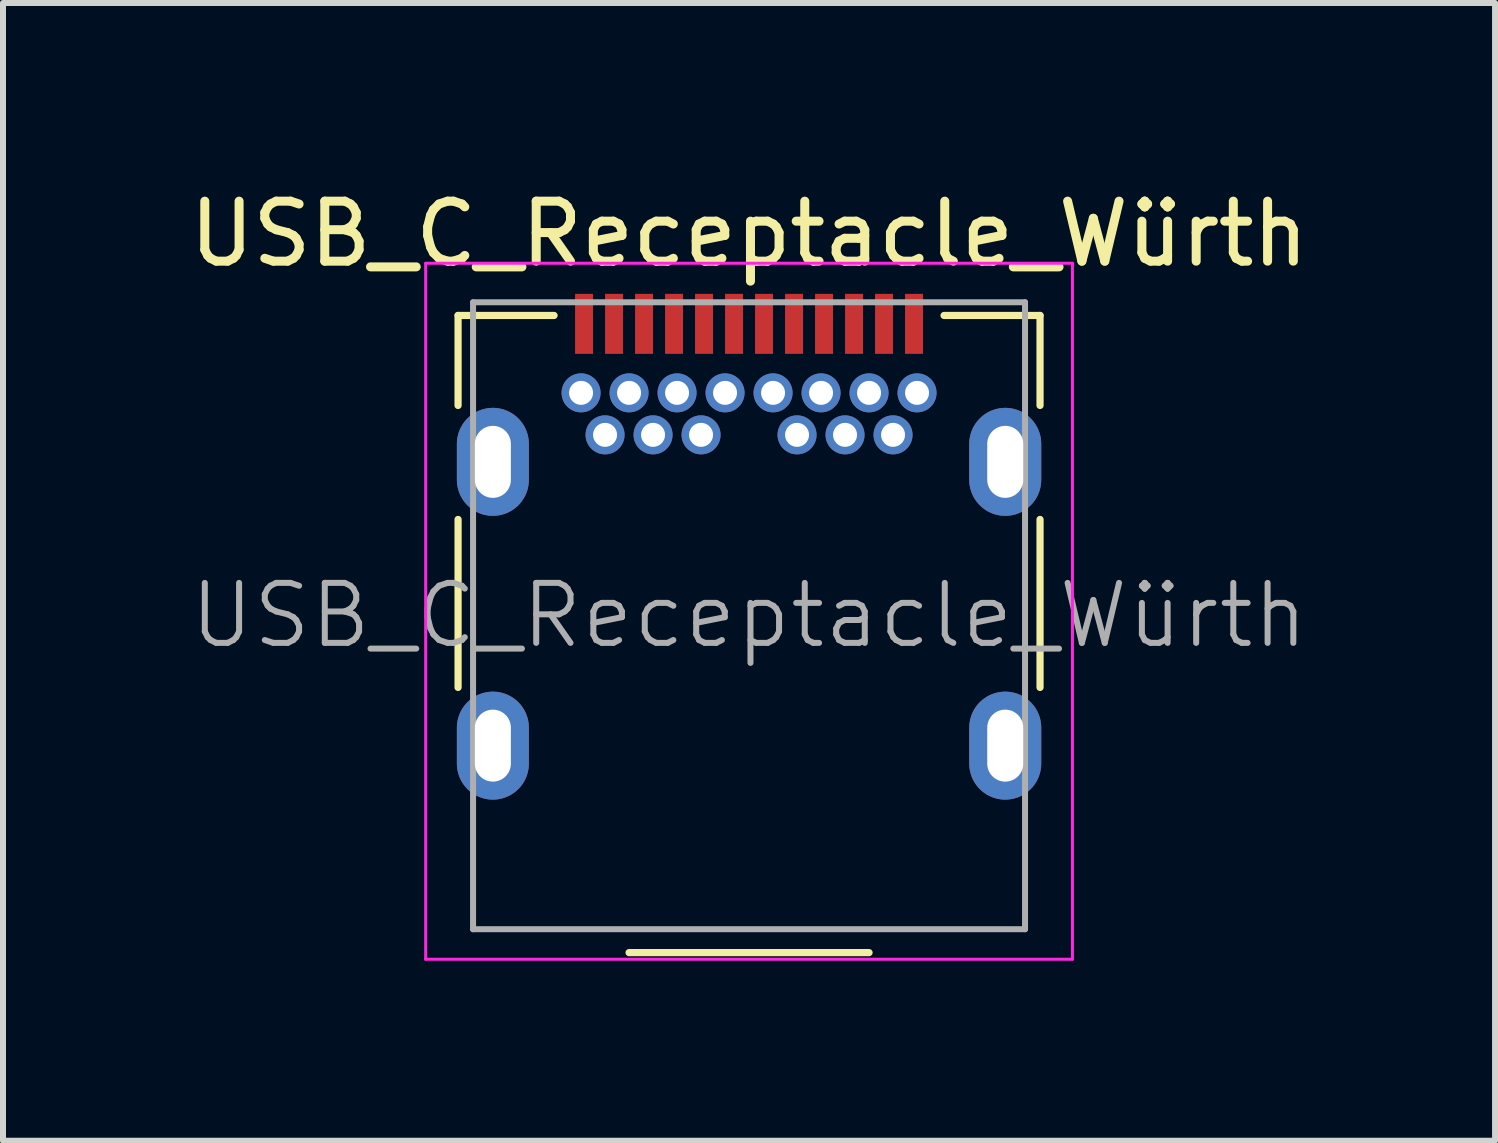
<source format=kicad_pcb>
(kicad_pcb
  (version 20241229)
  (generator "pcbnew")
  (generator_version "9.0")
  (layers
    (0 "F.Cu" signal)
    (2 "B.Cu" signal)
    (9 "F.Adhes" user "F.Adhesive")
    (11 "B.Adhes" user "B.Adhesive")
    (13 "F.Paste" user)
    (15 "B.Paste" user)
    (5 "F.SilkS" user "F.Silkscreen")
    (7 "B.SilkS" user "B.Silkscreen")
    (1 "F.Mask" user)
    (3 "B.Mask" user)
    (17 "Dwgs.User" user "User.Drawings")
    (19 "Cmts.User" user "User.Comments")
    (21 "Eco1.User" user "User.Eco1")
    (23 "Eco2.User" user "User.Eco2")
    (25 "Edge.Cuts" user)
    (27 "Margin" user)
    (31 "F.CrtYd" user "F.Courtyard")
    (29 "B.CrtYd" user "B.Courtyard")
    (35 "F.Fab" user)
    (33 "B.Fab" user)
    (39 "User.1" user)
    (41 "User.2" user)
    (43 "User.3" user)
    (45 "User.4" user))
  (footprint "USB_C_Receptacle_Würth"
    (layer "F.Cu")
    (at 9.435 7.208)
    (property "Reference" "USB_C_Receptacle_Würth" (at 0 -6.36 0) (layer "F.SilkS") (effects (font (size 1 1) (thickness 0.15))))
    (attr smd)
    (fp_line (start -4.85 -5) (end -4.85 -3.5) (stroke (width 0.12) (type solid)) (layer "F.SilkS"))
    (fp_line (start -4.85 -5) (end -3.25 -5) (stroke (width 0.12) (type solid)) (layer "F.SilkS"))
    (fp_line (start -4.85 -1.6) (end -4.85 1.2) (stroke (width 0.12) (type solid)) (layer "F.SilkS"))
    (fp_line (start -2 5.62) (end 2 5.62) (stroke (width 0.12) (type solid)) (layer "F.SilkS"))
    (fp_line (start 3.25 -5) (end 4.85 -5) (stroke (width 0.12) (type solid)) (layer "F.SilkS"))
    (fp_line (start 4.85 -5) (end 4.85 -3.5) (stroke (width 0.12) (type solid)) (layer "F.SilkS"))
    (fp_line (start 4.85 -1.6) (end 4.85 1.2) (stroke (width 0.12) (type solid)) (layer "F.SilkS"))
    (fp_line (start -5.39 -5.87) (end 5.39 -5.87) (stroke (width 0.05) (type solid)) (layer "F.CrtYd"))
    (fp_line (start -5.39 5.73) (end -5.39 -5.87) (stroke (width 0.05) (type solid)) (layer "F.CrtYd"))
    (fp_line (start 5.39 -5.87) (end 5.39 5.73) (stroke (width 0.05) (type solid)) (layer "F.CrtYd"))
    (fp_line (start 5.39 5.73) (end -5.39 5.73) (stroke (width 0.05) (type solid)) (layer "F.CrtYd"))
    (fp_line (start -4.6 -5.22) (end 4.6 -5.22) (stroke (width 0.1) (type solid)) (layer "F.Fab"))
    (fp_line (start -4.6 5.23) (end -4.6 -5.22) (stroke (width 0.1) (type solid)) (layer "F.Fab"))
    (fp_line (start -4.6 5.23) (end 4.6 5.23) (stroke (width 0.1) (type solid)) (layer "F.Fab"))
    (fp_line (start 4.6 5.23) (end 4.6 -5.22) (stroke (width 0.1) (type solid)) (layer "F.Fab"))
    (fp_text user "${REFERENCE}" (at 0 0 0) (layer "F.Fab") (effects (font (size 1 1) (thickness 0.1))))
    (pad "A1" smd rect (at -2.75 -4.86) (size 0.3 1) (layers "F.Cu" "F.Mask" "F.Paste"))
    (pad "A2" smd rect (at -2.25 -4.86) (size 0.3 1) (layers "F.Cu" "F.Mask" "F.Paste"))
    (pad "A3" smd rect (at -1.75 -4.86) (size 0.3 1) (layers "F.Cu" "F.Mask" "F.Paste"))
    (pad "A4" smd rect (at -1.25 -4.86) (size 0.3 1) (layers "F.Cu" "F.Mask" "F.Paste"))
    (pad "A5" smd rect (at -0.75 -4.86) (size 0.3 1) (layers "F.Cu" "F.Mask" "F.Paste"))
    (pad "A6" smd rect (at -0.25 -4.86) (size 0.3 1) (layers "F.Cu" "F.Mask" "F.Paste"))
    (pad "A7" smd rect (at 0.25 -4.86) (size 0.3 1) (layers "F.Cu" "F.Mask" "F.Paste"))
    (pad "A8" smd rect (at 0.75 -4.86) (size 0.3 1) (layers "F.Cu" "F.Mask" "F.Paste"))
    (pad "A9" smd rect (at 1.25 -4.86) (size 0.3 1) (layers "F.Cu" "F.Mask" "F.Paste"))
    (pad "A10" smd rect (at 1.75 -4.86) (size 0.3 1) (layers "F.Cu" "F.Mask" "F.Paste"))
    (pad "A11" smd rect (at 2.25 -4.86) (size 0.3 1) (layers "F.Cu" "F.Mask" "F.Paste"))
    (pad "A12" smd rect (at 2.75 -4.86) (size 0.3 1) (layers "F.Cu" "F.Mask" "F.Paste"))
    (pad "B1" thru_hole circle (at 2.8 -3.71) (size 0.65 0.65) (drill 0.4) (layers "*.Cu" "*.Mask"))
    (pad "B2" thru_hole circle (at 2.4 -3.01) (size 0.65 0.65) (drill 0.4) (layers "*.Cu" "*.Mask"))
    (pad "B3" thru_hole circle (at 1.6 -3.01) (size 0.65 0.65) (drill 0.4) (layers "*.Cu" "*.Mask"))
    (pad "B4" thru_hole circle (at 1.2 -3.71) (size 0.65 0.65) (drill 0.4) (layers "*.Cu" "*.Mask"))
    (pad "B5" thru_hole circle (at 0.8 -3.01) (size 0.65 0.65) (drill 0.4) (layers "*.Cu" "*.Mask"))
    (pad "B6" thru_hole circle (at 0.4 -3.71) (size 0.65 0.65) (drill 0.4) (layers "*.Cu" "*.Mask"))
    (pad "B7" thru_hole circle (at -0.4 -3.71) (size 0.65 0.65) (drill 0.4) (layers "*.Cu" "*.Mask"))
    (pad "B8" thru_hole circle (at -0.8 -3.01) (size 0.65 0.65) (drill 0.4) (layers "*.Cu" "*.Mask"))
    (pad "B9" thru_hole circle (at -1.2 -3.71) (size 0.65 0.65) (drill 0.4) (layers "*.Cu" "*.Mask"))
    (pad "B10" thru_hole circle (at -1.6 -3.01) (size 0.65 0.65) (drill 0.4) (layers "*.Cu" "*.Mask"))
    (pad "B11" thru_hole circle (at -2.4 -3.01) (size 0.65 0.65) (drill 0.4) (layers "*.Cu" "*.Mask"))
    (pad "B12" thru_hole circle (at -2.8 -3.71) (size 0.65 0.65) (drill 0.4) (layers "*.Cu" "*.Mask"))
    (pad "S1" thru_hole oval (at -4.27 -2.56) (size 1.2 1.8) (drill oval 0.6 1.2) (layers "*.Cu" "*.Mask"))
    (pad "S1" thru_hole oval (at -4.27 2.17) (size 1.2 1.8) (drill oval 0.6 1.2) (layers "*.Cu" "*.Mask"))
    (pad "S1" thru_hole circle (at -2 -3.71) (size 0.65 0.65) (drill 0.4) (layers "*.Cu" "*.Mask"))
    (pad "S1" thru_hole circle (at 2 -3.71) (size 0.65 0.65) (drill 0.4) (layers "*.Cu" "*.Mask"))
    (pad "S1" thru_hole oval (at 4.27 -2.56) (size 1.2 1.8) (drill oval 0.6 1.2) (layers "*.Cu" "*.Mask"))
    (pad "S1" thru_hole oval (at 4.27 2.17) (size 1.2 1.8) (drill oval 0.6 1.2) (layers "*.Cu" "*.Mask")))
  (gr_rect
    (start -3 -3)
    (end 21.869 15.963)
    (stroke (width 0.1) (type default))
    (fill no)
    (layer "Edge.Cuts")))
</source>
